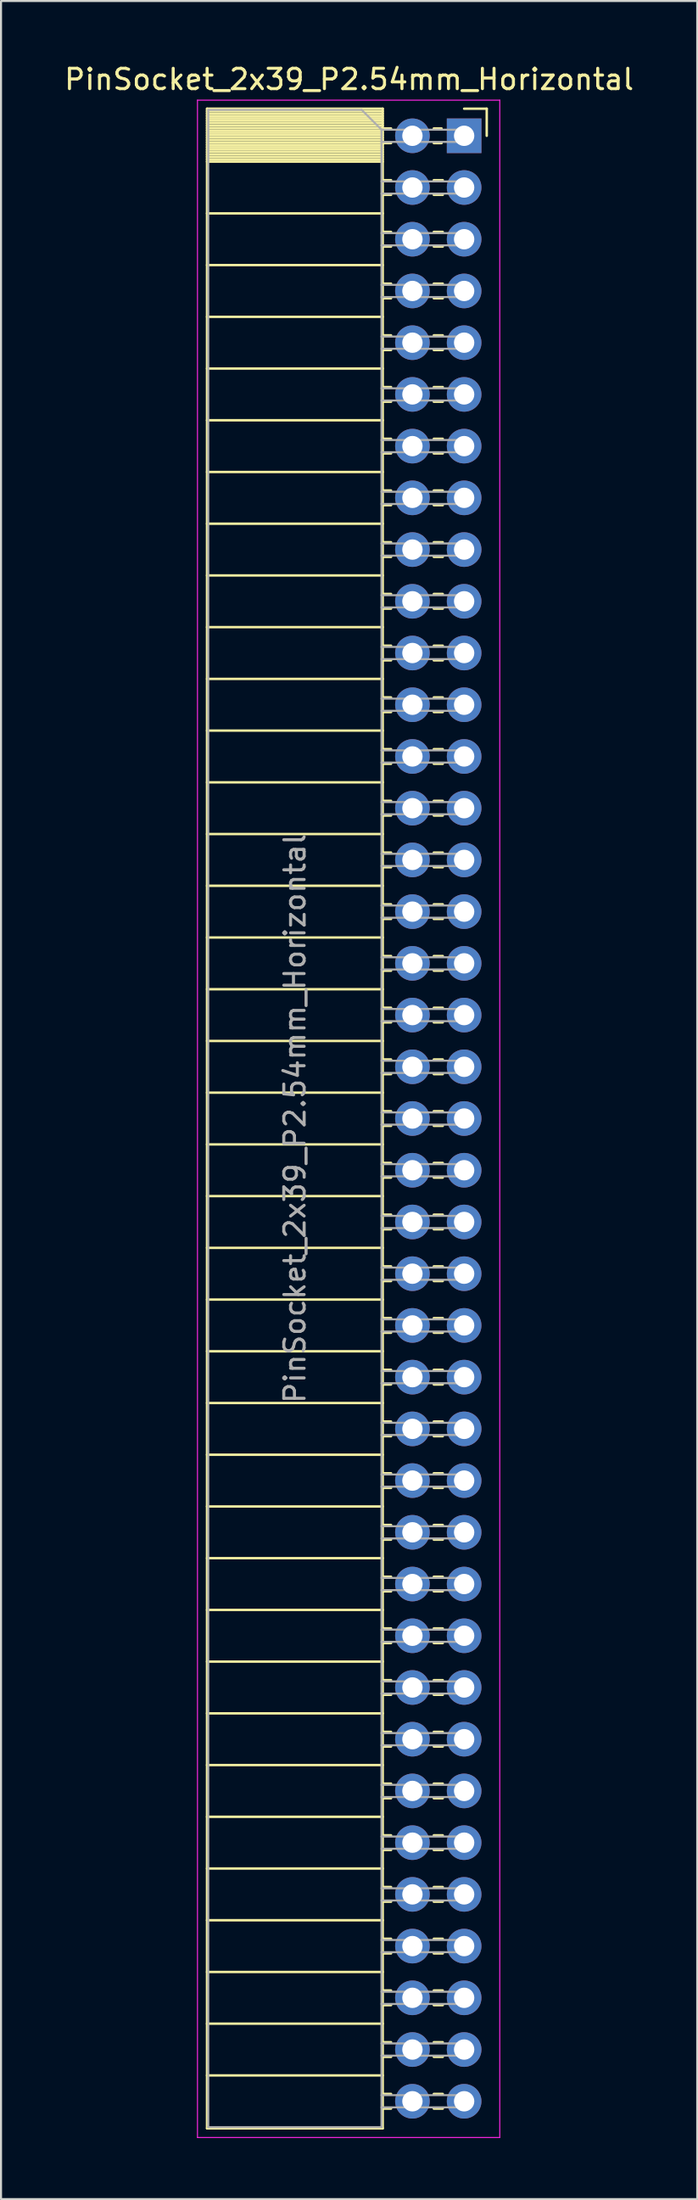
<source format=kicad_pcb>
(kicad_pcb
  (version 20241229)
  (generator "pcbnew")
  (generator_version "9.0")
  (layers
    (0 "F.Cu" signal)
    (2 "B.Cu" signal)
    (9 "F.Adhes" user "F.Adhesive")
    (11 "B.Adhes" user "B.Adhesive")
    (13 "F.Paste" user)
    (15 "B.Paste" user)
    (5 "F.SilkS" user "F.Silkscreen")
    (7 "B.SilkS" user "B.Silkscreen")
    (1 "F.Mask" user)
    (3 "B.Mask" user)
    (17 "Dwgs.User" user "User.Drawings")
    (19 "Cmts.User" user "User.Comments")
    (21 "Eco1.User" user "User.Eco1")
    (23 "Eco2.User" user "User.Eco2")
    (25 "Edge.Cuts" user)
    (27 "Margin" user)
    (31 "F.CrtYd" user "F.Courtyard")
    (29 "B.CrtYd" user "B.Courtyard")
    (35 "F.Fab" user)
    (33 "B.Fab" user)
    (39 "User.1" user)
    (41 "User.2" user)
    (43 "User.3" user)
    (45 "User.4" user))
  (footprint "PinSocket_2x39_P2.54mm_Horizontal"
    (layer "F.Cu")
    (at 19.751 3.618)
    (property "Reference" "PinSocket_2x39_P2.54mm_Horizontal" (at -5.65 -2.77 0) (layer "F.SilkS") (effects (font (size 1 1) (thickness 0.15))))
    (attr through_hole)
    (fp_line (start -12.63 -1.33) (end -12.63 97.85) (stroke (width 0.12) (type solid)) (layer "F.SilkS"))
    (fp_line (start -12.63 -1.33) (end -4 -1.33) (stroke (width 0.12) (type solid)) (layer "F.SilkS"))
    (fp_line (start -12.63 -1.21) (end -4 -1.21) (stroke (width 0.12) (type solid)) (layer "F.SilkS"))
    (fp_line (start -12.63 -1.092) (end -4 -1.092) (stroke (width 0.12) (type solid)) (layer "F.SilkS"))
    (fp_line (start -12.63 -0.974) (end -4 -0.974) (stroke (width 0.12) (type solid)) (layer "F.SilkS"))
    (fp_line (start -12.63 -0.856) (end -4 -0.856) (stroke (width 0.12) (type solid)) (layer "F.SilkS"))
    (fp_line (start -12.63 -0.738) (end -4 -0.738) (stroke (width 0.12) (type solid)) (layer "F.SilkS"))
    (fp_line (start -12.63 -0.62) (end -4 -0.62) (stroke (width 0.12) (type solid)) (layer "F.SilkS"))
    (fp_line (start -12.63 -0.501) (end -4 -0.501) (stroke (width 0.12) (type solid)) (layer "F.SilkS"))
    (fp_line (start -12.63 -0.383) (end -4 -0.383) (stroke (width 0.12) (type solid)) (layer "F.SilkS"))
    (fp_line (start -12.63 -0.265) (end -4 -0.265) (stroke (width 0.12) (type solid)) (layer "F.SilkS"))
    (fp_line (start -12.63 -0.147) (end -4 -0.147) (stroke (width 0.12) (type solid)) (layer "F.SilkS"))
    (fp_line (start -12.63 -0.029) (end -4 -0.029) (stroke (width 0.12) (type solid)) (layer "F.SilkS"))
    (fp_line (start -12.63 0.089) (end -4 0.089) (stroke (width 0.12) (type solid)) (layer "F.SilkS"))
    (fp_line (start -12.63 0.207) (end -4 0.207) (stroke (width 0.12) (type solid)) (layer "F.SilkS"))
    (fp_line (start -12.63 0.325) (end -4 0.325) (stroke (width 0.12) (type solid)) (layer "F.SilkS"))
    (fp_line (start -12.63 0.443) (end -4 0.443) (stroke (width 0.12) (type solid)) (layer "F.SilkS"))
    (fp_line (start -12.63 0.561) (end -4 0.561) (stroke (width 0.12) (type solid)) (layer "F.SilkS"))
    (fp_line (start -12.63 0.68) (end -4 0.68) (stroke (width 0.12) (type solid)) (layer "F.SilkS"))
    (fp_line (start -12.63 0.798) (end -4 0.798) (stroke (width 0.12) (type solid)) (layer "F.SilkS"))
    (fp_line (start -12.63 0.916) (end -4 0.916) (stroke (width 0.12) (type solid)) (layer "F.SilkS"))
    (fp_line (start -12.63 1.034) (end -4 1.034) (stroke (width 0.12) (type solid)) (layer "F.SilkS"))
    (fp_line (start -12.63 1.152) (end -4 1.152) (stroke (width 0.12) (type solid)) (layer "F.SilkS"))
    (fp_line (start -12.63 1.27) (end -4 1.27) (stroke (width 0.12) (type solid)) (layer "F.SilkS"))
    (fp_line (start -12.63 3.81) (end -4 3.81) (stroke (width 0.12) (type solid)) (layer "F.SilkS"))
    (fp_line (start -12.63 6.35) (end -4 6.35) (stroke (width 0.12) (type solid)) (layer "F.SilkS"))
    (fp_line (start -12.63 8.89) (end -4 8.89) (stroke (width 0.12) (type solid)) (layer "F.SilkS"))
    (fp_line (start -12.63 11.43) (end -4 11.43) (stroke (width 0.12) (type solid)) (layer "F.SilkS"))
    (fp_line (start -12.63 13.97) (end -4 13.97) (stroke (width 0.12) (type solid)) (layer "F.SilkS"))
    (fp_line (start -12.63 16.51) (end -4 16.51) (stroke (width 0.12) (type solid)) (layer "F.SilkS"))
    (fp_line (start -12.63 19.05) (end -4 19.05) (stroke (width 0.12) (type solid)) (layer "F.SilkS"))
    (fp_line (start -12.63 21.59) (end -4 21.59) (stroke (width 0.12) (type solid)) (layer "F.SilkS"))
    (fp_line (start -12.63 24.13) (end -4 24.13) (stroke (width 0.12) (type solid)) (layer "F.SilkS"))
    (fp_line (start -12.63 26.67) (end -4 26.67) (stroke (width 0.12) (type solid)) (layer "F.SilkS"))
    (fp_line (start -12.63 29.21) (end -4 29.21) (stroke (width 0.12) (type solid)) (layer "F.SilkS"))
    (fp_line (start -12.63 31.75) (end -4 31.75) (stroke (width 0.12) (type solid)) (layer "F.SilkS"))
    (fp_line (start -12.63 34.29) (end -4 34.29) (stroke (width 0.12) (type solid)) (layer "F.SilkS"))
    (fp_line (start -12.63 36.83) (end -4 36.83) (stroke (width 0.12) (type solid)) (layer "F.SilkS"))
    (fp_line (start -12.63 39.37) (end -4 39.37) (stroke (width 0.12) (type solid)) (layer "F.SilkS"))
    (fp_line (start -12.63 41.91) (end -4 41.91) (stroke (width 0.12) (type solid)) (layer "F.SilkS"))
    (fp_line (start -12.63 44.45) (end -4 44.45) (stroke (width 0.12) (type solid)) (layer "F.SilkS"))
    (fp_line (start -12.63 46.99) (end -4 46.99) (stroke (width 0.12) (type solid)) (layer "F.SilkS"))
    (fp_line (start -12.63 49.53) (end -4 49.53) (stroke (width 0.12) (type solid)) (layer "F.SilkS"))
    (fp_line (start -12.63 52.07) (end -4 52.07) (stroke (width 0.12) (type solid)) (layer "F.SilkS"))
    (fp_line (start -12.63 54.61) (end -4 54.61) (stroke (width 0.12) (type solid)) (layer "F.SilkS"))
    (fp_line (start -12.63 57.15) (end -4 57.15) (stroke (width 0.12) (type solid)) (layer "F.SilkS"))
    (fp_line (start -12.63 59.69) (end -4 59.69) (stroke (width 0.12) (type solid)) (layer "F.SilkS"))
    (fp_line (start -12.63 62.23) (end -4 62.23) (stroke (width 0.12) (type solid)) (layer "F.SilkS"))
    (fp_line (start -12.63 64.77) (end -4 64.77) (stroke (width 0.12) (type solid)) (layer "F.SilkS"))
    (fp_line (start -12.63 67.31) (end -4 67.31) (stroke (width 0.12) (type solid)) (layer "F.SilkS"))
    (fp_line (start -12.63 69.85) (end -4 69.85) (stroke (width 0.12) (type solid)) (layer "F.SilkS"))
    (fp_line (start -12.63 72.39) (end -4 72.39) (stroke (width 0.12) (type solid)) (layer "F.SilkS"))
    (fp_line (start -12.63 74.93) (end -4 74.93) (stroke (width 0.12) (type solid)) (layer "F.SilkS"))
    (fp_line (start -12.63 77.47) (end -4 77.47) (stroke (width 0.12) (type solid)) (layer "F.SilkS"))
    (fp_line (start -12.63 80.01) (end -4 80.01) (stroke (width 0.12) (type solid)) (layer "F.SilkS"))
    (fp_line (start -12.63 82.55) (end -4 82.55) (stroke (width 0.12) (type solid)) (layer "F.SilkS"))
    (fp_line (start -12.63 85.09) (end -4 85.09) (stroke (width 0.12) (type solid)) (layer "F.SilkS"))
    (fp_line (start -12.63 87.63) (end -4 87.63) (stroke (width 0.12) (type solid)) (layer "F.SilkS"))
    (fp_line (start -12.63 90.17) (end -4 90.17) (stroke (width 0.12) (type solid)) (layer "F.SilkS"))
    (fp_line (start -12.63 92.71) (end -4 92.71) (stroke (width 0.12) (type solid)) (layer "F.SilkS"))
    (fp_line (start -12.63 95.25) (end -4 95.25) (stroke (width 0.12) (type solid)) (layer "F.SilkS"))
    (fp_line (start -12.63 97.85) (end -4 97.85) (stroke (width 0.12) (type solid)) (layer "F.SilkS"))
    (fp_line (start -4 -1.33) (end -4 97.85) (stroke (width 0.12) (type solid)) (layer "F.SilkS"))
    (fp_line (start -4 -0.36) (end -3.59 -0.36) (stroke (width 0.12) (type solid)) (layer "F.SilkS"))
    (fp_line (start -4 0.36) (end -3.59 0.36) (stroke (width 0.12) (type solid)) (layer "F.SilkS"))
    (fp_line (start -4 2.18) (end -3.59 2.18) (stroke (width 0.12) (type solid)) (layer "F.SilkS"))
    (fp_line (start -4 2.9) (end -3.59 2.9) (stroke (width 0.12) (type solid)) (layer "F.SilkS"))
    (fp_line (start -4 4.72) (end -3.59 4.72) (stroke (width 0.12) (type solid)) (layer "F.SilkS"))
    (fp_line (start -4 5.44) (end -3.59 5.44) (stroke (width 0.12) (type solid)) (layer "F.SilkS"))
    (fp_line (start -4 7.26) (end -3.59 7.26) (stroke (width 0.12) (type solid)) (layer "F.SilkS"))
    (fp_line (start -4 7.98) (end -3.59 7.98) (stroke (width 0.12) (type solid)) (layer "F.SilkS"))
    (fp_line (start -4 9.8) (end -3.59 9.8) (stroke (width 0.12) (type solid)) (layer "F.SilkS"))
    (fp_line (start -4 10.52) (end -3.59 10.52) (stroke (width 0.12) (type solid)) (layer "F.SilkS"))
    (fp_line (start -4 12.34) (end -3.59 12.34) (stroke (width 0.12) (type solid)) (layer "F.SilkS"))
    (fp_line (start -4 13.06) (end -3.59 13.06) (stroke (width 0.12) (type solid)) (layer "F.SilkS"))
    (fp_line (start -4 14.88) (end -3.59 14.88) (stroke (width 0.12) (type solid)) (layer "F.SilkS"))
    (fp_line (start -4 15.6) (end -3.59 15.6) (stroke (width 0.12) (type solid)) (layer "F.SilkS"))
    (fp_line (start -4 17.42) (end -3.59 17.42) (stroke (width 0.12) (type solid)) (layer "F.SilkS"))
    (fp_line (start -4 18.14) (end -3.59 18.14) (stroke (width 0.12) (type solid)) (layer "F.SilkS"))
    (fp_line (start -4 19.96) (end -3.59 19.96) (stroke (width 0.12) (type solid)) (layer "F.SilkS"))
    (fp_line (start -4 20.68) (end -3.59 20.68) (stroke (width 0.12) (type solid)) (layer "F.SilkS"))
    (fp_line (start -4 22.5) (end -3.59 22.5) (stroke (width 0.12) (type solid)) (layer "F.SilkS"))
    (fp_line (start -4 23.22) (end -3.59 23.22) (stroke (width 0.12) (type solid)) (layer "F.SilkS"))
    (fp_line (start -4 25.04) (end -3.59 25.04) (stroke (width 0.12) (type solid)) (layer "F.SilkS"))
    (fp_line (start -4 25.76) (end -3.59 25.76) (stroke (width 0.12) (type solid)) (layer "F.SilkS"))
    (fp_line (start -4 27.58) (end -3.59 27.58) (stroke (width 0.12) (type solid)) (layer "F.SilkS"))
    (fp_line (start -4 28.3) (end -3.59 28.3) (stroke (width 0.12) (type solid)) (layer "F.SilkS"))
    (fp_line (start -4 30.12) (end -3.59 30.12) (stroke (width 0.12) (type solid)) (layer "F.SilkS"))
    (fp_line (start -4 30.84) (end -3.59 30.84) (stroke (width 0.12) (type solid)) (layer "F.SilkS"))
    (fp_line (start -4 32.66) (end -3.59 32.66) (stroke (width 0.12) (type solid)) (layer "F.SilkS"))
    (fp_line (start -4 33.38) (end -3.59 33.38) (stroke (width 0.12) (type solid)) (layer "F.SilkS"))
    (fp_line (start -4 35.2) (end -3.59 35.2) (stroke (width 0.12) (type solid)) (layer "F.SilkS"))
    (fp_line (start -4 35.92) (end -3.59 35.92) (stroke (width 0.12) (type solid)) (layer "F.SilkS"))
    (fp_line (start -4 37.74) (end -3.59 37.74) (stroke (width 0.12) (type solid)) (layer "F.SilkS"))
    (fp_line (start -4 38.46) (end -3.59 38.46) (stroke (width 0.12) (type solid)) (layer "F.SilkS"))
    (fp_line (start -4 40.28) (end -3.59 40.28) (stroke (width 0.12) (type solid)) (layer "F.SilkS"))
    (fp_line (start -4 41) (end -3.59 41) (stroke (width 0.12) (type solid)) (layer "F.SilkS"))
    (fp_line (start -4 42.82) (end -3.59 42.82) (stroke (width 0.12) (type solid)) (layer "F.SilkS"))
    (fp_line (start -4 43.54) (end -3.59 43.54) (stroke (width 0.12) (type solid)) (layer "F.SilkS"))
    (fp_line (start -4 45.36) (end -3.59 45.36) (stroke (width 0.12) (type solid)) (layer "F.SilkS"))
    (fp_line (start -4 46.08) (end -3.59 46.08) (stroke (width 0.12) (type solid)) (layer "F.SilkS"))
    (fp_line (start -4 47.9) (end -3.59 47.9) (stroke (width 0.12) (type solid)) (layer "F.SilkS"))
    (fp_line (start -4 48.62) (end -3.59 48.62) (stroke (width 0.12) (type solid)) (layer "F.SilkS"))
    (fp_line (start -4 50.44) (end -3.59 50.44) (stroke (width 0.12) (type solid)) (layer "F.SilkS"))
    (fp_line (start -4 51.16) (end -3.59 51.16) (stroke (width 0.12) (type solid)) (layer "F.SilkS"))
    (fp_line (start -4 52.98) (end -3.59 52.98) (stroke (width 0.12) (type solid)) (layer "F.SilkS"))
    (fp_line (start -4 53.7) (end -3.59 53.7) (stroke (width 0.12) (type solid)) (layer "F.SilkS"))
    (fp_line (start -4 55.52) (end -3.59 55.52) (stroke (width 0.12) (type solid)) (layer "F.SilkS"))
    (fp_line (start -4 56.24) (end -3.59 56.24) (stroke (width 0.12) (type solid)) (layer "F.SilkS"))
    (fp_line (start -4 58.06) (end -3.59 58.06) (stroke (width 0.12) (type solid)) (layer "F.SilkS"))
    (fp_line (start -4 58.78) (end -3.59 58.78) (stroke (width 0.12) (type solid)) (layer "F.SilkS"))
    (fp_line (start -4 60.6) (end -3.59 60.6) (stroke (width 0.12) (type solid)) (layer "F.SilkS"))
    (fp_line (start -4 61.32) (end -3.59 61.32) (stroke (width 0.12) (type solid)) (layer "F.SilkS"))
    (fp_line (start -4 63.14) (end -3.59 63.14) (stroke (width 0.12) (type solid)) (layer "F.SilkS"))
    (fp_line (start -4 63.86) (end -3.59 63.86) (stroke (width 0.12) (type solid)) (layer "F.SilkS"))
    (fp_line (start -4 65.68) (end -3.59 65.68) (stroke (width 0.12) (type solid)) (layer "F.SilkS"))
    (fp_line (start -4 66.4) (end -3.59 66.4) (stroke (width 0.12) (type solid)) (layer "F.SilkS"))
    (fp_line (start -4 68.22) (end -3.59 68.22) (stroke (width 0.12) (type solid)) (layer "F.SilkS"))
    (fp_line (start -4 68.94) (end -3.59 68.94) (stroke (width 0.12) (type solid)) (layer "F.SilkS"))
    (fp_line (start -4 70.76) (end -3.59 70.76) (stroke (width 0.12) (type solid)) (layer "F.SilkS"))
    (fp_line (start -4 71.48) (end -3.59 71.48) (stroke (width 0.12) (type solid)) (layer "F.SilkS"))
    (fp_line (start -4 73.3) (end -3.59 73.3) (stroke (width 0.12) (type solid)) (layer "F.SilkS"))
    (fp_line (start -4 74.02) (end -3.59 74.02) (stroke (width 0.12) (type solid)) (layer "F.SilkS"))
    (fp_line (start -4 75.84) (end -3.59 75.84) (stroke (width 0.12) (type solid)) (layer "F.SilkS"))
    (fp_line (start -4 76.56) (end -3.59 76.56) (stroke (width 0.12) (type solid)) (layer "F.SilkS"))
    (fp_line (start -4 78.38) (end -3.59 78.38) (stroke (width 0.12) (type solid)) (layer "F.SilkS"))
    (fp_line (start -4 79.1) (end -3.59 79.1) (stroke (width 0.12) (type solid)) (layer "F.SilkS"))
    (fp_line (start -4 80.92) (end -3.59 80.92) (stroke (width 0.12) (type solid)) (layer "F.SilkS"))
    (fp_line (start -4 81.64) (end -3.59 81.64) (stroke (width 0.12) (type solid)) (layer "F.SilkS"))
    (fp_line (start -4 83.46) (end -3.59 83.46) (stroke (width 0.12) (type solid)) (layer "F.SilkS"))
    (fp_line (start -4 84.18) (end -3.59 84.18) (stroke (width 0.12) (type solid)) (layer "F.SilkS"))
    (fp_line (start -4 86) (end -3.59 86) (stroke (width 0.12) (type solid)) (layer "F.SilkS"))
    (fp_line (start -4 86.72) (end -3.59 86.72) (stroke (width 0.12) (type solid)) (layer "F.SilkS"))
    (fp_line (start -4 88.54) (end -3.59 88.54) (stroke (width 0.12) (type solid)) (layer "F.SilkS"))
    (fp_line (start -4 89.26) (end -3.59 89.26) (stroke (width 0.12) (type solid)) (layer "F.SilkS"))
    (fp_line (start -4 91.08) (end -3.59 91.08) (stroke (width 0.12) (type solid)) (layer "F.SilkS"))
    (fp_line (start -4 91.8) (end -3.59 91.8) (stroke (width 0.12) (type solid)) (layer "F.SilkS"))
    (fp_line (start -4 93.62) (end -3.59 93.62) (stroke (width 0.12) (type solid)) (layer "F.SilkS"))
    (fp_line (start -4 94.34) (end -3.59 94.34) (stroke (width 0.12) (type solid)) (layer "F.SilkS"))
    (fp_line (start -4 96.16) (end -3.59 96.16) (stroke (width 0.12) (type solid)) (layer "F.SilkS"))
    (fp_line (start -4 96.88) (end -3.59 96.88) (stroke (width 0.12) (type solid)) (layer "F.SilkS"))
    (fp_line (start -1.49 -0.36) (end -1.11 -0.36) (stroke (width 0.12) (type solid)) (layer "F.SilkS"))
    (fp_line (start -1.49 0.36) (end -1.11 0.36) (stroke (width 0.12) (type solid)) (layer "F.SilkS"))
    (fp_line (start -1.49 2.18) (end -1.05 2.18) (stroke (width 0.12) (type solid)) (layer "F.SilkS"))
    (fp_line (start -1.49 2.9) (end -1.05 2.9) (stroke (width 0.12) (type solid)) (layer "F.SilkS"))
    (fp_line (start -1.49 4.72) (end -1.05 4.72) (stroke (width 0.12) (type solid)) (layer "F.SilkS"))
    (fp_line (start -1.49 5.44) (end -1.05 5.44) (stroke (width 0.12) (type solid)) (layer "F.SilkS"))
    (fp_line (start -1.49 7.26) (end -1.05 7.26) (stroke (width 0.12) (type solid)) (layer "F.SilkS"))
    (fp_line (start -1.49 7.98) (end -1.05 7.98) (stroke (width 0.12) (type solid)) (layer "F.SilkS"))
    (fp_line (start -1.49 9.8) (end -1.05 9.8) (stroke (width 0.12) (type solid)) (layer "F.SilkS"))
    (fp_line (start -1.49 10.52) (end -1.05 10.52) (stroke (width 0.12) (type solid)) (layer "F.SilkS"))
    (fp_line (start -1.49 12.34) (end -1.05 12.34) (stroke (width 0.12) (type solid)) (layer "F.SilkS"))
    (fp_line (start -1.49 13.06) (end -1.05 13.06) (stroke (width 0.12) (type solid)) (layer "F.SilkS"))
    (fp_line (start -1.49 14.88) (end -1.05 14.88) (stroke (width 0.12) (type solid)) (layer "F.SilkS"))
    (fp_line (start -1.49 15.6) (end -1.05 15.6) (stroke (width 0.12) (type solid)) (layer "F.SilkS"))
    (fp_line (start -1.49 17.42) (end -1.05 17.42) (stroke (width 0.12) (type solid)) (layer "F.SilkS"))
    (fp_line (start -1.49 18.14) (end -1.05 18.14) (stroke (width 0.12) (type solid)) (layer "F.SilkS"))
    (fp_line (start -1.49 19.96) (end -1.05 19.96) (stroke (width 0.12) (type solid)) (layer "F.SilkS"))
    (fp_line (start -1.49 20.68) (end -1.05 20.68) (stroke (width 0.12) (type solid)) (layer "F.SilkS"))
    (fp_line (start -1.49 22.5) (end -1.05 22.5) (stroke (width 0.12) (type solid)) (layer "F.SilkS"))
    (fp_line (start -1.49 23.22) (end -1.05 23.22) (stroke (width 0.12) (type solid)) (layer "F.SilkS"))
    (fp_line (start -1.49 25.04) (end -1.05 25.04) (stroke (width 0.12) (type solid)) (layer "F.SilkS"))
    (fp_line (start -1.49 25.76) (end -1.05 25.76) (stroke (width 0.12) (type solid)) (layer "F.SilkS"))
    (fp_line (start -1.49 27.58) (end -1.05 27.58) (stroke (width 0.12) (type solid)) (layer "F.SilkS"))
    (fp_line (start -1.49 28.3) (end -1.05 28.3) (stroke (width 0.12) (type solid)) (layer "F.SilkS"))
    (fp_line (start -1.49 30.12) (end -1.05 30.12) (stroke (width 0.12) (type solid)) (layer "F.SilkS"))
    (fp_line (start -1.49 30.84) (end -1.05 30.84) (stroke (width 0.12) (type solid)) (layer "F.SilkS"))
    (fp_line (start -1.49 32.66) (end -1.05 32.66) (stroke (width 0.12) (type solid)) (layer "F.SilkS"))
    (fp_line (start -1.49 33.38) (end -1.05 33.38) (stroke (width 0.12) (type solid)) (layer "F.SilkS"))
    (fp_line (start -1.49 35.2) (end -1.05 35.2) (stroke (width 0.12) (type solid)) (layer "F.SilkS"))
    (fp_line (start -1.49 35.92) (end -1.05 35.92) (stroke (width 0.12) (type solid)) (layer "F.SilkS"))
    (fp_line (start -1.49 37.74) (end -1.05 37.74) (stroke (width 0.12) (type solid)) (layer "F.SilkS"))
    (fp_line (start -1.49 38.46) (end -1.05 38.46) (stroke (width 0.12) (type solid)) (layer "F.SilkS"))
    (fp_line (start -1.49 40.28) (end -1.05 40.28) (stroke (width 0.12) (type solid)) (layer "F.SilkS"))
    (fp_line (start -1.49 41) (end -1.05 41) (stroke (width 0.12) (type solid)) (layer "F.SilkS"))
    (fp_line (start -1.49 42.82) (end -1.05 42.82) (stroke (width 0.12) (type solid)) (layer "F.SilkS"))
    (fp_line (start -1.49 43.54) (end -1.05 43.54) (stroke (width 0.12) (type solid)) (layer "F.SilkS"))
    (fp_line (start -1.49 45.36) (end -1.05 45.36) (stroke (width 0.12) (type solid)) (layer "F.SilkS"))
    (fp_line (start -1.49 46.08) (end -1.05 46.08) (stroke (width 0.12) (type solid)) (layer "F.SilkS"))
    (fp_line (start -1.49 47.9) (end -1.05 47.9) (stroke (width 0.12) (type solid)) (layer "F.SilkS"))
    (fp_line (start -1.49 48.62) (end -1.05 48.62) (stroke (width 0.12) (type solid)) (layer "F.SilkS"))
    (fp_line (start -1.49 50.44) (end -1.05 50.44) (stroke (width 0.12) (type solid)) (layer "F.SilkS"))
    (fp_line (start -1.49 51.16) (end -1.05 51.16) (stroke (width 0.12) (type solid)) (layer "F.SilkS"))
    (fp_line (start -1.49 52.98) (end -1.05 52.98) (stroke (width 0.12) (type solid)) (layer "F.SilkS"))
    (fp_line (start -1.49 53.7) (end -1.05 53.7) (stroke (width 0.12) (type solid)) (layer "F.SilkS"))
    (fp_line (start -1.49 55.52) (end -1.05 55.52) (stroke (width 0.12) (type solid)) (layer "F.SilkS"))
    (fp_line (start -1.49 56.24) (end -1.05 56.24) (stroke (width 0.12) (type solid)) (layer "F.SilkS"))
    (fp_line (start -1.49 58.06) (end -1.05 58.06) (stroke (width 0.12) (type solid)) (layer "F.SilkS"))
    (fp_line (start -1.49 58.78) (end -1.05 58.78) (stroke (width 0.12) (type solid)) (layer "F.SilkS"))
    (fp_line (start -1.49 60.6) (end -1.05 60.6) (stroke (width 0.12) (type solid)) (layer "F.SilkS"))
    (fp_line (start -1.49 61.32) (end -1.05 61.32) (stroke (width 0.12) (type solid)) (layer "F.SilkS"))
    (fp_line (start -1.49 63.14) (end -1.05 63.14) (stroke (width 0.12) (type solid)) (layer "F.SilkS"))
    (fp_line (start -1.49 63.86) (end -1.05 63.86) (stroke (width 0.12) (type solid)) (layer "F.SilkS"))
    (fp_line (start -1.49 65.68) (end -1.05 65.68) (stroke (width 0.12) (type solid)) (layer "F.SilkS"))
    (fp_line (start -1.49 66.4) (end -1.05 66.4) (stroke (width 0.12) (type solid)) (layer "F.SilkS"))
    (fp_line (start -1.49 68.22) (end -1.05 68.22) (stroke (width 0.12) (type solid)) (layer "F.SilkS"))
    (fp_line (start -1.49 68.94) (end -1.05 68.94) (stroke (width 0.12) (type solid)) (layer "F.SilkS"))
    (fp_line (start -1.49 70.76) (end -1.05 70.76) (stroke (width 0.12) (type solid)) (layer "F.SilkS"))
    (fp_line (start -1.49 71.48) (end -1.05 71.48) (stroke (width 0.12) (type solid)) (layer "F.SilkS"))
    (fp_line (start -1.49 73.3) (end -1.05 73.3) (stroke (width 0.12) (type solid)) (layer "F.SilkS"))
    (fp_line (start -1.49 74.02) (end -1.05 74.02) (stroke (width 0.12) (type solid)) (layer "F.SilkS"))
    (fp_line (start -1.49 75.84) (end -1.05 75.84) (stroke (width 0.12) (type solid)) (layer "F.SilkS"))
    (fp_line (start -1.49 76.56) (end -1.05 76.56) (stroke (width 0.12) (type solid)) (layer "F.SilkS"))
    (fp_line (start -1.49 78.38) (end -1.05 78.38) (stroke (width 0.12) (type solid)) (layer "F.SilkS"))
    (fp_line (start -1.49 79.1) (end -1.05 79.1) (stroke (width 0.12) (type solid)) (layer "F.SilkS"))
    (fp_line (start -1.49 80.92) (end -1.05 80.92) (stroke (width 0.12) (type solid)) (layer "F.SilkS"))
    (fp_line (start -1.49 81.64) (end -1.05 81.64) (stroke (width 0.12) (type solid)) (layer "F.SilkS"))
    (fp_line (start -1.49 83.46) (end -1.05 83.46) (stroke (width 0.12) (type solid)) (layer "F.SilkS"))
    (fp_line (start -1.49 84.18) (end -1.05 84.18) (stroke (width 0.12) (type solid)) (layer "F.SilkS"))
    (fp_line (start -1.49 86) (end -1.05 86) (stroke (width 0.12) (type solid)) (layer "F.SilkS"))
    (fp_line (start -1.49 86.72) (end -1.05 86.72) (stroke (width 0.12) (type solid)) (layer "F.SilkS"))
    (fp_line (start -1.49 88.54) (end -1.05 88.54) (stroke (width 0.12) (type solid)) (layer "F.SilkS"))
    (fp_line (start -1.49 89.26) (end -1.05 89.26) (stroke (width 0.12) (type solid)) (layer "F.SilkS"))
    (fp_line (start -1.49 91.08) (end -1.05 91.08) (stroke (width 0.12) (type solid)) (layer "F.SilkS"))
    (fp_line (start -1.49 91.8) (end -1.05 91.8) (stroke (width 0.12) (type solid)) (layer "F.SilkS"))
    (fp_line (start -1.49 93.62) (end -1.05 93.62) (stroke (width 0.12) (type solid)) (layer "F.SilkS"))
    (fp_line (start -1.49 94.34) (end -1.05 94.34) (stroke (width 0.12) (type solid)) (layer "F.SilkS"))
    (fp_line (start -1.49 96.16) (end -1.05 96.16) (stroke (width 0.12) (type solid)) (layer "F.SilkS"))
    (fp_line (start -1.49 96.88) (end -1.05 96.88) (stroke (width 0.12) (type solid)) (layer "F.SilkS"))
    (fp_line (start 0 -1.33) (end 1.11 -1.33) (stroke (width 0.12) (type solid)) (layer "F.SilkS"))
    (fp_line (start 1.11 -1.33) (end 1.11 0) (stroke (width 0.12) (type solid)) (layer "F.SilkS"))
    (fp_line (start -13.1 -1.75) (end -13.1 98.3) (stroke (width 0.05) (type solid)) (layer "F.CrtYd"))
    (fp_line (start -13.1 98.3) (end 1.75 98.3) (stroke (width 0.05) (type solid)) (layer "F.CrtYd"))
    (fp_line (start 1.75 -1.75) (end -13.1 -1.75) (stroke (width 0.05) (type solid)) (layer "F.CrtYd"))
    (fp_line (start 1.75 98.3) (end 1.75 -1.75) (stroke (width 0.05) (type solid)) (layer "F.CrtYd"))
    (fp_line (start -12.57 -1.27) (end -5.03 -1.27) (stroke (width 0.1) (type solid)) (layer "F.Fab"))
    (fp_line (start -12.57 97.79) (end -12.57 -1.27) (stroke (width 0.1) (type solid)) (layer "F.Fab"))
    (fp_line (start -5.03 -1.27) (end -4.06 -0.3) (stroke (width 0.1) (type solid)) (layer "F.Fab"))
    (fp_line (start -4.06 -0.3) (end -4.06 97.79) (stroke (width 0.1) (type solid)) (layer "F.Fab"))
    (fp_line (start -4.06 0.3) (end 0 0.3) (stroke (width 0.1) (type solid)) (layer "F.Fab"))
    (fp_line (start -4.06 2.84) (end 0 2.84) (stroke (width 0.1) (type solid)) (layer "F.Fab"))
    (fp_line (start -4.06 5.38) (end 0 5.38) (stroke (width 0.1) (type solid)) (layer "F.Fab"))
    (fp_line (start -4.06 7.92) (end 0 7.92) (stroke (width 0.1) (type solid)) (layer "F.Fab"))
    (fp_line (start -4.06 10.46) (end 0 10.46) (stroke (width 0.1) (type solid)) (layer "F.Fab"))
    (fp_line (start -4.06 13) (end 0 13) (stroke (width 0.1) (type solid)) (layer "F.Fab"))
    (fp_line (start -4.06 15.54) (end 0 15.54) (stroke (width 0.1) (type solid)) (layer "F.Fab"))
    (fp_line (start -4.06 18.08) (end 0 18.08) (stroke (width 0.1) (type solid)) (layer "F.Fab"))
    (fp_line (start -4.06 20.62) (end 0 20.62) (stroke (width 0.1) (type solid)) (layer "F.Fab"))
    (fp_line (start -4.06 23.16) (end 0 23.16) (stroke (width 0.1) (type solid)) (layer "F.Fab"))
    (fp_line (start -4.06 25.7) (end 0 25.7) (stroke (width 0.1) (type solid)) (layer "F.Fab"))
    (fp_line (start -4.06 28.24) (end 0 28.24) (stroke (width 0.1) (type solid)) (layer "F.Fab"))
    (fp_line (start -4.06 30.78) (end 0 30.78) (stroke (width 0.1) (type solid)) (layer "F.Fab"))
    (fp_line (start -4.06 33.32) (end 0 33.32) (stroke (width 0.1) (type solid)) (layer "F.Fab"))
    (fp_line (start -4.06 35.86) (end 0 35.86) (stroke (width 0.1) (type solid)) (layer "F.Fab"))
    (fp_line (start -4.06 38.4) (end 0 38.4) (stroke (width 0.1) (type solid)) (layer "F.Fab"))
    (fp_line (start -4.06 40.94) (end 0 40.94) (stroke (width 0.1) (type solid)) (layer "F.Fab"))
    (fp_line (start -4.06 43.48) (end 0 43.48) (stroke (width 0.1) (type solid)) (layer "F.Fab"))
    (fp_line (start -4.06 46.02) (end 0 46.02) (stroke (width 0.1) (type solid)) (layer "F.Fab"))
    (fp_line (start -4.06 48.56) (end 0 48.56) (stroke (width 0.1) (type solid)) (layer "F.Fab"))
    (fp_line (start -4.06 51.1) (end 0 51.1) (stroke (width 0.1) (type solid)) (layer "F.Fab"))
    (fp_line (start -4.06 53.64) (end 0 53.64) (stroke (width 0.1) (type solid)) (layer "F.Fab"))
    (fp_line (start -4.06 56.18) (end 0 56.18) (stroke (width 0.1) (type solid)) (layer "F.Fab"))
    (fp_line (start -4.06 58.72) (end 0 58.72) (stroke (width 0.1) (type solid)) (layer "F.Fab"))
    (fp_line (start -4.06 61.26) (end 0 61.26) (stroke (width 0.1) (type solid)) (layer "F.Fab"))
    (fp_line (start -4.06 63.8) (end 0 63.8) (stroke (width 0.1) (type solid)) (layer "F.Fab"))
    (fp_line (start -4.06 66.34) (end 0 66.34) (stroke (width 0.1) (type solid)) (layer "F.Fab"))
    (fp_line (start -4.06 68.88) (end 0 68.88) (stroke (width 0.1) (type solid)) (layer "F.Fab"))
    (fp_line (start -4.06 71.42) (end 0 71.42) (stroke (width 0.1) (type solid)) (layer "F.Fab"))
    (fp_line (start -4.06 73.96) (end 0 73.96) (stroke (width 0.1) (type solid)) (layer "F.Fab"))
    (fp_line (start -4.06 76.5) (end 0 76.5) (stroke (width 0.1) (type solid)) (layer "F.Fab"))
    (fp_line (start -4.06 79.04) (end 0 79.04) (stroke (width 0.1) (type solid)) (layer "F.Fab"))
    (fp_line (start -4.06 81.58) (end 0 81.58) (stroke (width 0.1) (type solid)) (layer "F.Fab"))
    (fp_line (start -4.06 84.12) (end 0 84.12) (stroke (width 0.1) (type solid)) (layer "F.Fab"))
    (fp_line (start -4.06 86.66) (end 0 86.66) (stroke (width 0.1) (type solid)) (layer "F.Fab"))
    (fp_line (start -4.06 89.2) (end 0 89.2) (stroke (width 0.1) (type solid)) (layer "F.Fab"))
    (fp_line (start -4.06 91.74) (end 0 91.74) (stroke (width 0.1) (type solid)) (layer "F.Fab"))
    (fp_line (start -4.06 94.28) (end 0 94.28) (stroke (width 0.1) (type solid)) (layer "F.Fab"))
    (fp_line (start -4.06 96.82) (end 0 96.82) (stroke (width 0.1) (type solid)) (layer "F.Fab"))
    (fp_line (start -4.06 97.79) (end -12.57 97.79) (stroke (width 0.1) (type solid)) (layer "F.Fab"))
    (fp_line (start 0 -0.3) (end -4.06 -0.3) (stroke (width 0.1) (type solid)) (layer "F.Fab"))
    (fp_line (start 0 0.3) (end 0 -0.3) (stroke (width 0.1) (type solid)) (layer "F.Fab"))
    (fp_line (start 0 2.24) (end -4.06 2.24) (stroke (width 0.1) (type solid)) (layer "F.Fab"))
    (fp_line (start 0 2.84) (end 0 2.24) (stroke (width 0.1) (type solid)) (layer "F.Fab"))
    (fp_line (start 0 4.78) (end -4.06 4.78) (stroke (width 0.1) (type solid)) (layer "F.Fab"))
    (fp_line (start 0 5.38) (end 0 4.78) (stroke (width 0.1) (type solid)) (layer "F.Fab"))
    (fp_line (start 0 7.32) (end -4.06 7.32) (stroke (width 0.1) (type solid)) (layer "F.Fab"))
    (fp_line (start 0 7.92) (end 0 7.32) (stroke (width 0.1) (type solid)) (layer "F.Fab"))
    (fp_line (start 0 9.86) (end -4.06 9.86) (stroke (width 0.1) (type solid)) (layer "F.Fab"))
    (fp_line (start 0 10.46) (end 0 9.86) (stroke (width 0.1) (type solid)) (layer "F.Fab"))
    (fp_line (start 0 12.4) (end -4.06 12.4) (stroke (width 0.1) (type solid)) (layer "F.Fab"))
    (fp_line (start 0 13) (end 0 12.4) (stroke (width 0.1) (type solid)) (layer "F.Fab"))
    (fp_line (start 0 14.94) (end -4.06 14.94) (stroke (width 0.1) (type solid)) (layer "F.Fab"))
    (fp_line (start 0 15.54) (end 0 14.94) (stroke (width 0.1) (type solid)) (layer "F.Fab"))
    (fp_line (start 0 17.48) (end -4.06 17.48) (stroke (width 0.1) (type solid)) (layer "F.Fab"))
    (fp_line (start 0 18.08) (end 0 17.48) (stroke (width 0.1) (type solid)) (layer "F.Fab"))
    (fp_line (start 0 20.02) (end -4.06 20.02) (stroke (width 0.1) (type solid)) (layer "F.Fab"))
    (fp_line (start 0 20.62) (end 0 20.02) (stroke (width 0.1) (type solid)) (layer "F.Fab"))
    (fp_line (start 0 22.56) (end -4.06 22.56) (stroke (width 0.1) (type solid)) (layer "F.Fab"))
    (fp_line (start 0 23.16) (end 0 22.56) (stroke (width 0.1) (type solid)) (layer "F.Fab"))
    (fp_line (start 0 25.1) (end -4.06 25.1) (stroke (width 0.1) (type solid)) (layer "F.Fab"))
    (fp_line (start 0 25.7) (end 0 25.1) (stroke (width 0.1) (type solid)) (layer "F.Fab"))
    (fp_line (start 0 27.64) (end -4.06 27.64) (stroke (width 0.1) (type solid)) (layer "F.Fab"))
    (fp_line (start 0 28.24) (end 0 27.64) (stroke (width 0.1) (type solid)) (layer "F.Fab"))
    (fp_line (start 0 30.18) (end -4.06 30.18) (stroke (width 0.1) (type solid)) (layer "F.Fab"))
    (fp_line (start 0 30.78) (end 0 30.18) (stroke (width 0.1) (type solid)) (layer "F.Fab"))
    (fp_line (start 0 32.72) (end -4.06 32.72) (stroke (width 0.1) (type solid)) (layer "F.Fab"))
    (fp_line (start 0 33.32) (end 0 32.72) (stroke (width 0.1) (type solid)) (layer "F.Fab"))
    (fp_line (start 0 35.26) (end -4.06 35.26) (stroke (width 0.1) (type solid)) (layer "F.Fab"))
    (fp_line (start 0 35.86) (end 0 35.26) (stroke (width 0.1) (type solid)) (layer "F.Fab"))
    (fp_line (start 0 37.8) (end -4.06 37.8) (stroke (width 0.1) (type solid)) (layer "F.Fab"))
    (fp_line (start 0 38.4) (end 0 37.8) (stroke (width 0.1) (type solid)) (layer "F.Fab"))
    (fp_line (start 0 40.34) (end -4.06 40.34) (stroke (width 0.1) (type solid)) (layer "F.Fab"))
    (fp_line (start 0 40.94) (end 0 40.34) (stroke (width 0.1) (type solid)) (layer "F.Fab"))
    (fp_line (start 0 42.88) (end -4.06 42.88) (stroke (width 0.1) (type solid)) (layer "F.Fab"))
    (fp_line (start 0 43.48) (end 0 42.88) (stroke (width 0.1) (type solid)) (layer "F.Fab"))
    (fp_line (start 0 45.42) (end -4.06 45.42) (stroke (width 0.1) (type solid)) (layer "F.Fab"))
    (fp_line (start 0 46.02) (end 0 45.42) (stroke (width 0.1) (type solid)) (layer "F.Fab"))
    (fp_line (start 0 47.96) (end -4.06 47.96) (stroke (width 0.1) (type solid)) (layer "F.Fab"))
    (fp_line (start 0 48.56) (end 0 47.96) (stroke (width 0.1) (type solid)) (layer "F.Fab"))
    (fp_line (start 0 50.5) (end -4.06 50.5) (stroke (width 0.1) (type solid)) (layer "F.Fab"))
    (fp_line (start 0 51.1) (end 0 50.5) (stroke (width 0.1) (type solid)) (layer "F.Fab"))
    (fp_line (start 0 53.04) (end -4.06 53.04) (stroke (width 0.1) (type solid)) (layer "F.Fab"))
    (fp_line (start 0 53.64) (end 0 53.04) (stroke (width 0.1) (type solid)) (layer "F.Fab"))
    (fp_line (start 0 55.58) (end -4.06 55.58) (stroke (width 0.1) (type solid)) (layer "F.Fab"))
    (fp_line (start 0 56.18) (end 0 55.58) (stroke (width 0.1) (type solid)) (layer "F.Fab"))
    (fp_line (start 0 58.12) (end -4.06 58.12) (stroke (width 0.1) (type solid)) (layer "F.Fab"))
    (fp_line (start 0 58.72) (end 0 58.12) (stroke (width 0.1) (type solid)) (layer "F.Fab"))
    (fp_line (start 0 60.66) (end -4.06 60.66) (stroke (width 0.1) (type solid)) (layer "F.Fab"))
    (fp_line (start 0 61.26) (end 0 60.66) (stroke (width 0.1) (type solid)) (layer "F.Fab"))
    (fp_line (start 0 63.2) (end -4.06 63.2) (stroke (width 0.1) (type solid)) (layer "F.Fab"))
    (fp_line (start 0 63.8) (end 0 63.2) (stroke (width 0.1) (type solid)) (layer "F.Fab"))
    (fp_line (start 0 65.74) (end -4.06 65.74) (stroke (width 0.1) (type solid)) (layer "F.Fab"))
    (fp_line (start 0 66.34) (end 0 65.74) (stroke (width 0.1) (type solid)) (layer "F.Fab"))
    (fp_line (start 0 68.28) (end -4.06 68.28) (stroke (width 0.1) (type solid)) (layer "F.Fab"))
    (fp_line (start 0 68.88) (end 0 68.28) (stroke (width 0.1) (type solid)) (layer "F.Fab"))
    (fp_line (start 0 70.82) (end -4.06 70.82) (stroke (width 0.1) (type solid)) (layer "F.Fab"))
    (fp_line (start 0 71.42) (end 0 70.82) (stroke (width 0.1) (type solid)) (layer "F.Fab"))
    (fp_line (start 0 73.36) (end -4.06 73.36) (stroke (width 0.1) (type solid)) (layer "F.Fab"))
    (fp_line (start 0 73.96) (end 0 73.36) (stroke (width 0.1) (type solid)) (layer "F.Fab"))
    (fp_line (start 0 75.9) (end -4.06 75.9) (stroke (width 0.1) (type solid)) (layer "F.Fab"))
    (fp_line (start 0 76.5) (end 0 75.9) (stroke (width 0.1) (type solid)) (layer "F.Fab"))
    (fp_line (start 0 78.44) (end -4.06 78.44) (stroke (width 0.1) (type solid)) (layer "F.Fab"))
    (fp_line (start 0 79.04) (end 0 78.44) (stroke (width 0.1) (type solid)) (layer "F.Fab"))
    (fp_line (start 0 80.98) (end -4.06 80.98) (stroke (width 0.1) (type solid)) (layer "F.Fab"))
    (fp_line (start 0 81.58) (end 0 80.98) (stroke (width 0.1) (type solid)) (layer "F.Fab"))
    (fp_line (start 0 83.52) (end -4.06 83.52) (stroke (width 0.1) (type solid)) (layer "F.Fab"))
    (fp_line (start 0 84.12) (end 0 83.52) (stroke (width 0.1) (type solid)) (layer "F.Fab"))
    (fp_line (start 0 86.06) (end -4.06 86.06) (stroke (width 0.1) (type solid)) (layer "F.Fab"))
    (fp_line (start 0 86.66) (end 0 86.06) (stroke (width 0.1) (type solid)) (layer "F.Fab"))
    (fp_line (start 0 88.6) (end -4.06 88.6) (stroke (width 0.1) (type solid)) (layer "F.Fab"))
    (fp_line (start 0 89.2) (end 0 88.6) (stroke (width 0.1) (type solid)) (layer "F.Fab"))
    (fp_line (start 0 91.14) (end -4.06 91.14) (stroke (width 0.1) (type solid)) (layer "F.Fab"))
    (fp_line (start 0 91.74) (end 0 91.14) (stroke (width 0.1) (type solid)) (layer "F.Fab"))
    (fp_line (start 0 93.68) (end -4.06 93.68) (stroke (width 0.1) (type solid)) (layer "F.Fab"))
    (fp_line (start 0 94.28) (end 0 93.68) (stroke (width 0.1) (type solid)) (layer "F.Fab"))
    (fp_line (start 0 96.22) (end -4.06 96.22) (stroke (width 0.1) (type solid)) (layer "F.Fab"))
    (fp_line (start 0 96.82) (end 0 96.22) (stroke (width 0.1) (type solid)) (layer "F.Fab"))
    (fp_text user "${REFERENCE}" (at -8.315 48.26 90) (layer "F.Fab") (effects (font (size 1 1) (thickness 0.15))))
    (pad "1" thru_hole rect (at 0 0) (size 1.7 1.7) (drill 1) (layers "*.Cu" "*.Mask"))
    (pad "2" thru_hole circle (at -2.54 0) (size 1.7 1.7) (drill 1) (layers "*.Cu" "*.Mask"))
    (pad "3" thru_hole circle (at 0 2.54) (size 1.7 1.7) (drill 1) (layers "*.Cu" "*.Mask"))
    (pad "4" thru_hole circle (at -2.54 2.54) (size 1.7 1.7) (drill 1) (layers "*.Cu" "*.Mask"))
    (pad "5" thru_hole circle (at 0 5.08) (size 1.7 1.7) (drill 1) (layers "*.Cu" "*.Mask"))
    (pad "6" thru_hole circle (at -2.54 5.08) (size 1.7 1.7) (drill 1) (layers "*.Cu" "*.Mask"))
    (pad "7" thru_hole circle (at 0 7.62) (size 1.7 1.7) (drill 1) (layers "*.Cu" "*.Mask"))
    (pad "8" thru_hole circle (at -2.54 7.62) (size 1.7 1.7) (drill 1) (layers "*.Cu" "*.Mask"))
    (pad "9" thru_hole circle (at 0 10.16) (size 1.7 1.7) (drill 1) (layers "*.Cu" "*.Mask"))
    (pad "10" thru_hole circle (at -2.54 10.16) (size 1.7 1.7) (drill 1) (layers "*.Cu" "*.Mask"))
    (pad "11" thru_hole circle (at 0 12.7) (size 1.7 1.7) (drill 1) (layers "*.Cu" "*.Mask"))
    (pad "12" thru_hole circle (at -2.54 12.7) (size 1.7 1.7) (drill 1) (layers "*.Cu" "*.Mask"))
    (pad "13" thru_hole circle (at 0 15.24) (size 1.7 1.7) (drill 1) (layers "*.Cu" "*.Mask"))
    (pad "14" thru_hole circle (at -2.54 15.24) (size 1.7 1.7) (drill 1) (layers "*.Cu" "*.Mask"))
    (pad "15" thru_hole circle (at 0 17.78) (size 1.7 1.7) (drill 1) (layers "*.Cu" "*.Mask"))
    (pad "16" thru_hole circle (at -2.54 17.78) (size 1.7 1.7) (drill 1) (layers "*.Cu" "*.Mask"))
    (pad "17" thru_hole circle (at 0 20.32) (size 1.7 1.7) (drill 1) (layers "*.Cu" "*.Mask"))
    (pad "18" thru_hole circle (at -2.54 20.32) (size 1.7 1.7) (drill 1) (layers "*.Cu" "*.Mask"))
    (pad "19" thru_hole circle (at 0 22.86) (size 1.7 1.7) (drill 1) (layers "*.Cu" "*.Mask"))
    (pad "20" thru_hole circle (at -2.54 22.86) (size 1.7 1.7) (drill 1) (layers "*.Cu" "*.Mask"))
    (pad "21" thru_hole circle (at 0 25.4) (size 1.7 1.7) (drill 1) (layers "*.Cu" "*.Mask"))
    (pad "22" thru_hole circle (at -2.54 25.4) (size 1.7 1.7) (drill 1) (layers "*.Cu" "*.Mask"))
    (pad "23" thru_hole circle (at 0 27.94) (size 1.7 1.7) (drill 1) (layers "*.Cu" "*.Mask"))
    (pad "24" thru_hole circle (at -2.54 27.94) (size 1.7 1.7) (drill 1) (layers "*.Cu" "*.Mask"))
    (pad "25" thru_hole circle (at 0 30.48) (size 1.7 1.7) (drill 1) (layers "*.Cu" "*.Mask"))
    (pad "26" thru_hole circle (at -2.54 30.48) (size 1.7 1.7) (drill 1) (layers "*.Cu" "*.Mask"))
    (pad "27" thru_hole circle (at 0 33.02) (size 1.7 1.7) (drill 1) (layers "*.Cu" "*.Mask"))
    (pad "28" thru_hole circle (at -2.54 33.02) (size 1.7 1.7) (drill 1) (layers "*.Cu" "*.Mask"))
    (pad "29" thru_hole circle (at 0 35.56) (size 1.7 1.7) (drill 1) (layers "*.Cu" "*.Mask"))
    (pad "30" thru_hole circle (at -2.54 35.56) (size 1.7 1.7) (drill 1) (layers "*.Cu" "*.Mask"))
    (pad "31" thru_hole circle (at 0 38.1) (size 1.7 1.7) (drill 1) (layers "*.Cu" "*.Mask"))
    (pad "32" thru_hole circle (at -2.54 38.1) (size 1.7 1.7) (drill 1) (layers "*.Cu" "*.Mask"))
    (pad "33" thru_hole circle (at 0 40.64) (size 1.7 1.7) (drill 1) (layers "*.Cu" "*.Mask"))
    (pad "34" thru_hole circle (at -2.54 40.64) (size 1.7 1.7) (drill 1) (layers "*.Cu" "*.Mask"))
    (pad "35" thru_hole circle (at 0 43.18) (size 1.7 1.7) (drill 1) (layers "*.Cu" "*.Mask"))
    (pad "36" thru_hole circle (at -2.54 43.18) (size 1.7 1.7) (drill 1) (layers "*.Cu" "*.Mask"))
    (pad "37" thru_hole circle (at 0 45.72) (size 1.7 1.7) (drill 1) (layers "*.Cu" "*.Mask"))
    (pad "38" thru_hole circle (at -2.54 45.72) (size 1.7 1.7) (drill 1) (layers "*.Cu" "*.Mask"))
    (pad "39" thru_hole circle (at 0 48.26) (size 1.7 1.7) (drill 1) (layers "*.Cu" "*.Mask"))
    (pad "40" thru_hole circle (at -2.54 48.26) (size 1.7 1.7) (drill 1) (layers "*.Cu" "*.Mask"))
    (pad "41" thru_hole circle (at 0 50.8) (size 1.7 1.7) (drill 1) (layers "*.Cu" "*.Mask"))
    (pad "42" thru_hole circle (at -2.54 50.8) (size 1.7 1.7) (drill 1) (layers "*.Cu" "*.Mask"))
    (pad "43" thru_hole circle (at 0 53.34) (size 1.7 1.7) (drill 1) (layers "*.Cu" "*.Mask"))
    (pad "44" thru_hole circle (at -2.54 53.34) (size 1.7 1.7) (drill 1) (layers "*.Cu" "*.Mask"))
    (pad "45" thru_hole circle (at 0 55.88) (size 1.7 1.7) (drill 1) (layers "*.Cu" "*.Mask"))
    (pad "46" thru_hole circle (at -2.54 55.88) (size 1.7 1.7) (drill 1) (layers "*.Cu" "*.Mask"))
    (pad "47" thru_hole circle (at 0 58.42) (size 1.7 1.7) (drill 1) (layers "*.Cu" "*.Mask"))
    (pad "48" thru_hole circle (at -2.54 58.42) (size 1.7 1.7) (drill 1) (layers "*.Cu" "*.Mask"))
    (pad "49" thru_hole circle (at 0 60.96) (size 1.7 1.7) (drill 1) (layers "*.Cu" "*.Mask"))
    (pad "50" thru_hole circle (at -2.54 60.96) (size 1.7 1.7) (drill 1) (layers "*.Cu" "*.Mask"))
    (pad "51" thru_hole circle (at 0 63.5) (size 1.7 1.7) (drill 1) (layers "*.Cu" "*.Mask"))
    (pad "52" thru_hole circle (at -2.54 63.5) (size 1.7 1.7) (drill 1) (layers "*.Cu" "*.Mask"))
    (pad "53" thru_hole circle (at 0 66.04) (size 1.7 1.7) (drill 1) (layers "*.Cu" "*.Mask"))
    (pad "54" thru_hole circle (at -2.54 66.04) (size 1.7 1.7) (drill 1) (layers "*.Cu" "*.Mask"))
    (pad "55" thru_hole circle (at 0 68.58) (size 1.7 1.7) (drill 1) (layers "*.Cu" "*.Mask"))
    (pad "56" thru_hole circle (at -2.54 68.58) (size 1.7 1.7) (drill 1) (layers "*.Cu" "*.Mask"))
    (pad "57" thru_hole circle (at 0 71.12) (size 1.7 1.7) (drill 1) (layers "*.Cu" "*.Mask"))
    (pad "58" thru_hole circle (at -2.54 71.12) (size 1.7 1.7) (drill 1) (layers "*.Cu" "*.Mask"))
    (pad "59" thru_hole circle (at 0 73.66) (size 1.7 1.7) (drill 1) (layers "*.Cu" "*.Mask"))
    (pad "60" thru_hole circle (at -2.54 73.66) (size 1.7 1.7) (drill 1) (layers "*.Cu" "*.Mask"))
    (pad "61" thru_hole circle (at 0 76.2) (size 1.7 1.7) (drill 1) (layers "*.Cu" "*.Mask"))
    (pad "62" thru_hole circle (at -2.54 76.2) (size 1.7 1.7) (drill 1) (layers "*.Cu" "*.Mask"))
    (pad "63" thru_hole circle (at 0 78.74) (size 1.7 1.7) (drill 1) (layers "*.Cu" "*.Mask"))
    (pad "64" thru_hole circle (at -2.54 78.74) (size 1.7 1.7) (drill 1) (layers "*.Cu" "*.Mask"))
    (pad "65" thru_hole circle (at 0 81.28) (size 1.7 1.7) (drill 1) (layers "*.Cu" "*.Mask"))
    (pad "66" thru_hole circle (at -2.54 81.28) (size 1.7 1.7) (drill 1) (layers "*.Cu" "*.Mask"))
    (pad "67" thru_hole circle (at 0 83.82) (size 1.7 1.7) (drill 1) (layers "*.Cu" "*.Mask"))
    (pad "68" thru_hole circle (at -2.54 83.82) (size 1.7 1.7) (drill 1) (layers "*.Cu" "*.Mask"))
    (pad "69" thru_hole circle (at 0 86.36) (size 1.7 1.7) (drill 1) (layers "*.Cu" "*.Mask"))
    (pad "70" thru_hole circle (at -2.54 86.36) (size 1.7 1.7) (drill 1) (layers "*.Cu" "*.Mask"))
    (pad "71" thru_hole circle (at 0 88.9) (size 1.7 1.7) (drill 1) (layers "*.Cu" "*.Mask"))
    (pad "72" thru_hole circle (at -2.54 88.9) (size 1.7 1.7) (drill 1) (layers "*.Cu" "*.Mask"))
    (pad "73" thru_hole circle (at 0 91.44) (size 1.7 1.7) (drill 1) (layers "*.Cu" "*.Mask"))
    (pad "74" thru_hole circle (at -2.54 91.44) (size 1.7 1.7) (drill 1) (layers "*.Cu" "*.Mask"))
    (pad "75" thru_hole circle (at 0 93.98) (size 1.7 1.7) (drill 1) (layers "*.Cu" "*.Mask"))
    (pad "76" thru_hole circle (at -2.54 93.98) (size 1.7 1.7) (drill 1) (layers "*.Cu" "*.Mask"))
    (pad "77" thru_hole circle (at 0 96.52) (size 1.7 1.7) (drill 1) (layers "*.Cu" "*.Mask"))
    (pad "78" thru_hole circle (at -2.54 96.52) (size 1.7 1.7) (drill 1) (layers "*.Cu" "*.Mask")))
  (gr_rect
    (start -3 -3)
    (end 31.202 104.943)
    (stroke (width 0.1) (type default))
    (fill no)
    (layer "Edge.Cuts")))
</source>
